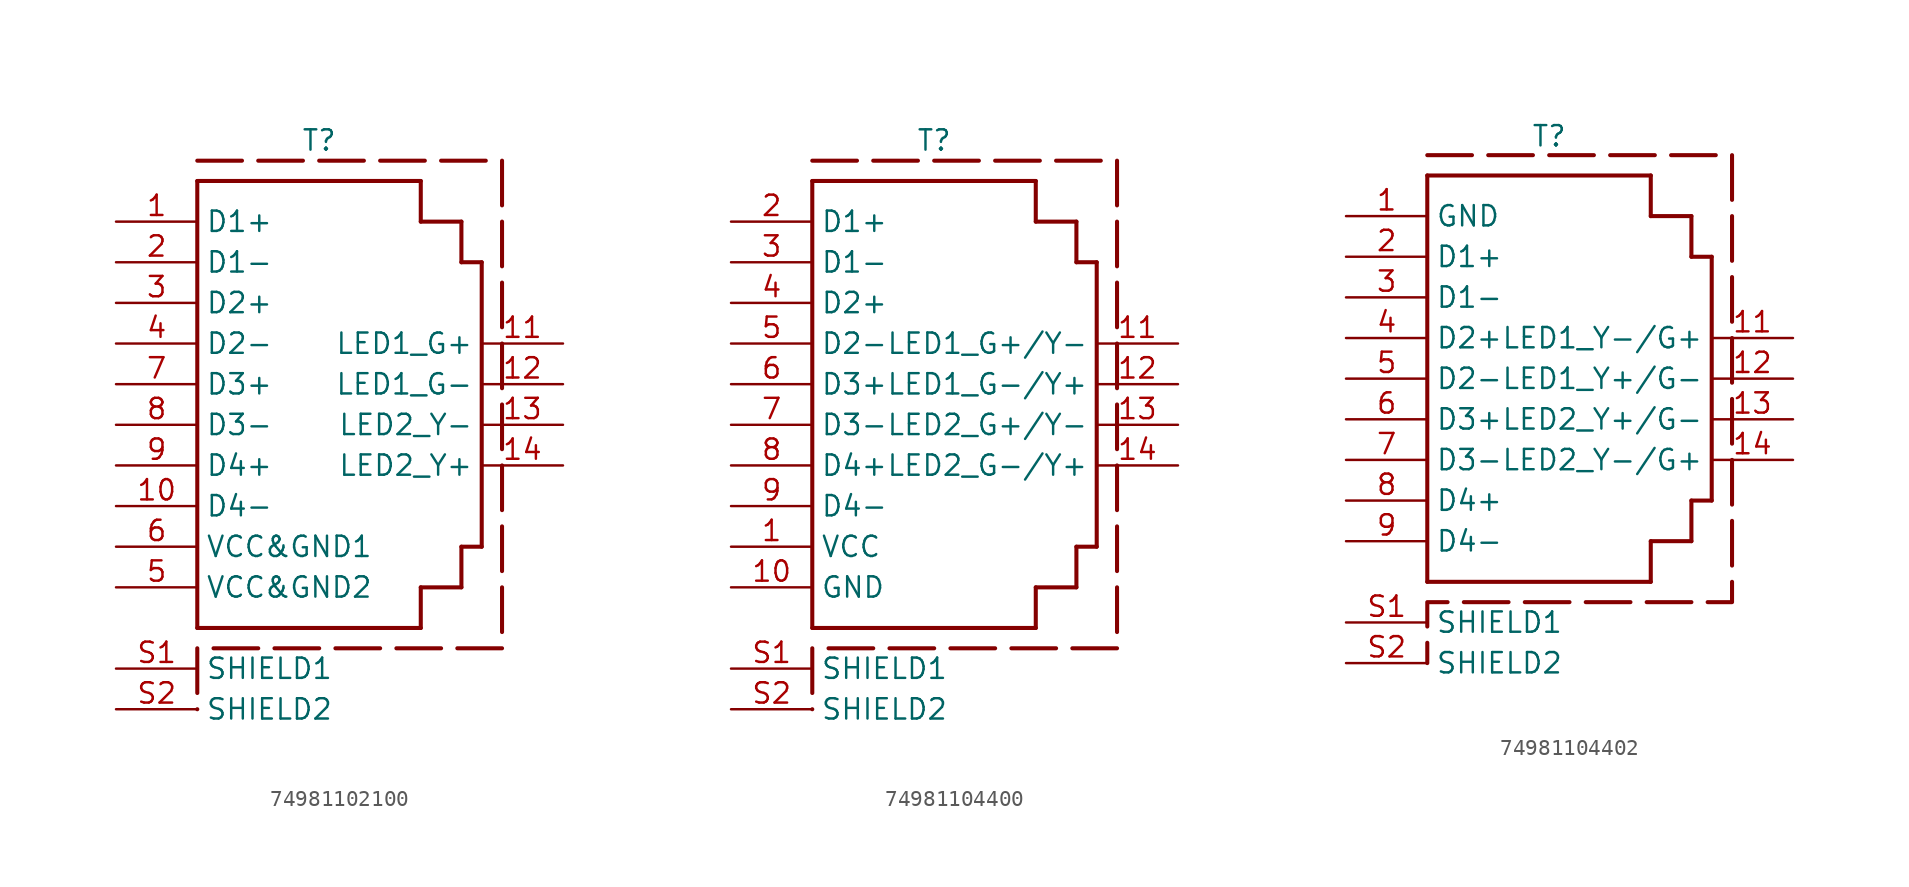
<source format=kicad_sym>
(kicad_symbol_lib
  (version 20220914)
  (generator kicad_symbol_editor)
  (symbol "74981102100"
    (property "Reference" "T"
      (at 0 17.78 0)
      (effects (font (size 1.27 1.27))))
    (property "Critical Parameter" ""
      (at 0 -5.08 0)
      (effects (font (size 1.27 1.27)) (justify left)))
    (symbol "74981102100_0_0"
      (polyline (pts (xy -7.62 -12.7) (xy -7.62 15.24)) (stroke (width 0.254) (type default)) (fill (type none)))
      (polyline (pts (xy -7.62 15.24) (xy 6.35 15.24)) (stroke (width 0.254) (type default)) (fill (type none)))
      (polyline (pts (xy 6.35 -12.7) (xy -7.62 -12.7)) (stroke (width 0.254) (type default)) (fill (type none)))
      (polyline (pts (xy 6.35 -12.7) (xy 6.35 -10.16)) (stroke (width 0.254) (type default)) (fill (type none)))
      (polyline (pts (xy 6.35 -10.16) (xy 8.89 -10.16)) (stroke (width 0.254) (type default)) (fill (type none)))
      (polyline (pts (xy 6.35 12.7) (xy 8.89 12.7)) (stroke (width 0.254) (type default)) (fill (type none)))
      (polyline (pts (xy 6.35 15.24) (xy 6.35 12.7)) (stroke (width 0.254) (type default)) (fill (type none)))
      (polyline (pts (xy 8.89 -10.16) (xy 8.89 -7.62)) (stroke (width 0.254) (type default)) (fill (type none)))
      (polyline (pts (xy 8.89 -7.62) (xy 10.16 -7.62)) (stroke (width 0.254) (type default)) (fill (type none)))
      (polyline (pts (xy 8.89 10.16) (xy 10.16 10.16)) (stroke (width 0.254) (type default)) (fill (type none)))
      (polyline (pts (xy 8.89 12.7) (xy 8.89 10.16)) (stroke (width 0.254) (type default)) (fill (type none)))
      (polyline (pts (xy 10.16 10.16) (xy 10.16 -7.62)) (stroke (width 0.254) (type default)) (fill (type none)))
      (pin passive line (at -12.7 12.7 0) (length 5.08) (name "D1+" (effects (font (size 1.27 1.27)))) (number "1" (effects (font (size 1.27 1.27)))))
      (pin passive line (at -12.7 -5.08 0) (length 5.08) (name "D4-" (effects (font (size 1.27 1.27)))) (number "10" (effects (font (size 1.27 1.27)))))
      (pin passive line (at -12.7 10.16 0) (length 5.08) (name "D1-" (effects (font (size 1.27 1.27)))) (number "2" (effects (font (size 1.27 1.27)))))
      (pin passive line (at -12.7 7.62 0) (length 5.08) (name "D2+" (effects (font (size 1.27 1.27)))) (number "3" (effects (font (size 1.27 1.27)))))
      (pin passive line (at -12.7 5.08 0) (length 5.08) (name "D2-" (effects (font (size 1.27 1.27)))) (number "4" (effects (font (size 1.27 1.27)))))
      (pin passive line (at -12.7 2.54 0) (length 5.08) (name "D3+" (effects (font (size 1.27 1.27)))) (number "7" (effects (font (size 1.27 1.27)))))
      (pin passive line (at -12.7 0 0) (length 5.08) (name "D3-" (effects (font (size 1.27 1.27)))) (number "8" (effects (font (size 1.27 1.27)))))
      (pin passive line (at -12.7 -2.54 0) (length 5.08) (name "D4+" (effects (font (size 1.27 1.27)))) (number "9" (effects (font (size 1.27 1.27)))))
      (pin passive line (at -12.7 -15.24 0) (length 5.08) (name "SHIELD1" (effects (font (size 1.27 1.27)))) (number "S1" (effects (font (size 1.27 1.27)))))
      (pin passive line (at -12.7 -17.78 0) (length 5.08) (name "SHIELD2" (effects (font (size 1.27 1.27)))) (number "S2" (effects (font (size 1.27 1.27))))))
    (symbol "74981102100_1_0"
      (pin passive line (at 15.24 5.08 180) (length 5.08) (name "LED1_G+" (effects (font (size 1.27 1.27)))) (number "11" (effects (font (size 1.27 1.27)))))
      (pin passive line (at 15.24 2.54 180) (length 5.08) (name "LED1_G-" (effects (font (size 1.27 1.27)))) (number "12" (effects (font (size 1.27 1.27)))))
      (pin passive line (at 15.24 0 180) (length 5.08) (name "LED2_Y-" (effects (font (size 1.27 1.27)))) (number "13" (effects (font (size 1.27 1.27)))))
      (pin passive line (at 15.24 -2.54 180) (length 5.08) (name "LED2_Y+" (effects (font (size 1.27 1.27)))) (number "14" (effects (font (size 1.27 1.27)))))
      (pin passive line (at -12.7 -10.16 0) (length 5.08) (name "VCC&GND2" (effects (font (size 1.27 1.27)))) (number "5" (effects (font (size 1.27 1.27)))))
      (pin passive line (at -12.7 -7.62 0) (length 5.08) (name "VCC&GND1" (effects (font (size 1.27 1.27)))) (number "6" (effects (font (size 1.27 1.27))))))
    (symbol "74981102100_1_1"
      (polyline (pts (xy -7.62 16.51) (xy 11.43 16.51) (xy 11.43 -13.97) (xy -7.62 -13.97) (xy -7.62 -17.78)) (stroke (width 0.254) (type dash)) (fill (type none)))))
  (symbol "74981104400"
    (property "Reference" "T"
      (at 0 17.78 0)
      (effects (font (size 1.27 1.27))))
    (property "Critical Parameter" ""
      (at 0 -5.08 0)
      (effects (font (size 1.27 1.27)) (justify left)))
    (symbol "74981104400_0_0"
      (polyline (pts (xy -7.62 -12.7) (xy -7.62 15.24)) (stroke (width 0.254) (type default)) (fill (type none)))
      (polyline (pts (xy -7.62 15.24) (xy 6.35 15.24)) (stroke (width 0.254) (type default)) (fill (type none)))
      (polyline (pts (xy 6.35 -12.7) (xy -7.62 -12.7)) (stroke (width 0.254) (type default)) (fill (type none)))
      (polyline (pts (xy 6.35 -12.7) (xy 6.35 -10.16)) (stroke (width 0.254) (type default)) (fill (type none)))
      (polyline (pts (xy 6.35 -10.16) (xy 8.89 -10.16)) (stroke (width 0.254) (type default)) (fill (type none)))
      (polyline (pts (xy 6.35 12.7) (xy 8.89 12.7)) (stroke (width 0.254) (type default)) (fill (type none)))
      (polyline (pts (xy 6.35 15.24) (xy 6.35 12.7)) (stroke (width 0.254) (type default)) (fill (type none)))
      (polyline (pts (xy 8.89 -10.16) (xy 8.89 -7.62)) (stroke (width 0.254) (type default)) (fill (type none)))
      (polyline (pts (xy 8.89 -7.62) (xy 10.16 -7.62)) (stroke (width 0.254) (type default)) (fill (type none)))
      (polyline (pts (xy 8.89 10.16) (xy 10.16 10.16)) (stroke (width 0.254) (type default)) (fill (type none)))
      (polyline (pts (xy 8.89 12.7) (xy 8.89 10.16)) (stroke (width 0.254) (type default)) (fill (type none)))
      (polyline (pts (xy 10.16 10.16) (xy 10.16 -7.62)) (stroke (width 0.254) (type default)) (fill (type none)))
      (pin passive line (at -12.7 -7.62 0) (length 5.08) (name "VCC" (effects (font (size 1.27 1.27)))) (number "1" (effects (font (size 1.27 1.27)))))
      (pin passive line (at -12.7 -10.16 0) (length 5.08) (name "GND" (effects (font (size 1.27 1.27)))) (number "10" (effects (font (size 1.27 1.27)))))
      (pin passive line (at -12.7 12.7 0) (length 5.08) (name "D1+" (effects (font (size 1.27 1.27)))) (number "2" (effects (font (size 1.27 1.27)))))
      (pin passive line (at -12.7 10.16 0) (length 5.08) (name "D1-" (effects (font (size 1.27 1.27)))) (number "3" (effects (font (size 1.27 1.27)))))
      (pin passive line (at -12.7 7.62 0) (length 5.08) (name "D2+" (effects (font (size 1.27 1.27)))) (number "4" (effects (font (size 1.27 1.27)))))
      (pin passive line (at -12.7 5.08 0) (length 5.08) (name "D2-" (effects (font (size 1.27 1.27)))) (number "5" (effects (font (size 1.27 1.27)))))
      (pin passive line (at -12.7 2.54 0) (length 5.08) (name "D3+" (effects (font (size 1.27 1.27)))) (number "6" (effects (font (size 1.27 1.27)))))
      (pin passive line (at -12.7 0 0) (length 5.08) (name "D3-" (effects (font (size 1.27 1.27)))) (number "7" (effects (font (size 1.27 1.27)))))
      (pin passive line (at -12.7 -2.54 0) (length 5.08) (name "D4+" (effects (font (size 1.27 1.27)))) (number "8" (effects (font (size 1.27 1.27)))))
      (pin passive line (at -12.7 -5.08 0) (length 5.08) (name "D4-" (effects (font (size 1.27 1.27)))) (number "9" (effects (font (size 1.27 1.27)))))
      (pin passive line (at -12.7 -15.24 0) (length 5.08) (name "SHIELD1" (effects (font (size 1.27 1.27)))) (number "S1" (effects (font (size 1.27 1.27)))))
      (pin passive line (at -12.7 -17.78 0) (length 5.08) (name "SHIELD2" (effects (font (size 1.27 1.27)))) (number "S2" (effects (font (size 1.27 1.27))))))
    (symbol "74981104400_1_0"
      (pin passive line (at 15.24 5.08 180) (length 5.08) (name "LED1_G+/Y-" (effects (font (size 1.27 1.27)))) (number "11" (effects (font (size 1.27 1.27)))))
      (pin passive line (at 15.24 2.54 180) (length 5.08) (name "LED1_G-/Y+" (effects (font (size 1.27 1.27)))) (number "12" (effects (font (size 1.27 1.27)))))
      (pin passive line (at 15.24 0 180) (length 5.08) (name "LED2_G+/Y-" (effects (font (size 1.27 1.27)))) (number "13" (effects (font (size 1.27 1.27)))))
      (pin passive line (at 15.24 -2.54 180) (length 5.08) (name "LED2_G-/Y+" (effects (font (size 1.27 1.27)))) (number "14" (effects (font (size 1.27 1.27))))))
    (symbol "74981104400_1_1"
      (polyline (pts (xy -7.62 16.51) (xy 11.43 16.51) (xy 11.43 -13.97) (xy -7.62 -13.97) (xy -7.62 -17.78)) (stroke (width 0.254) (type dash)) (fill (type none)))))
  (symbol "74981104402"
    (property "Reference" "T"
      (at 0 15.16 0)
      (effects (font (size 1.27 1.27))))
    (property "Critical Parameter" ""
      (at 0 -5.08 0)
      (effects (font (size 1.27 1.27)) (justify left)))
    (symbol "74981104402_0_0"
      (polyline (pts (xy -7.62 -12.7) (xy -7.62 12.7)) (stroke (width 0.254) (type default)) (fill (type none)))
      (polyline (pts (xy -7.62 12.7) (xy 6.35 12.7)) (stroke (width 0.254) (type default)) (fill (type none)))
      (polyline (pts (xy 6.35 -12.7) (xy -7.62 -12.7)) (stroke (width 0.254) (type default)) (fill (type none)))
      (polyline (pts (xy 6.35 -12.7) (xy 6.35 -10.16)) (stroke (width 0.254) (type default)) (fill (type none)))
      (polyline (pts (xy 6.35 -10.16) (xy 8.89 -10.16)) (stroke (width 0.254) (type default)) (fill (type none)))
      (polyline (pts (xy 6.35 10.16) (xy 8.89 10.16)) (stroke (width 0.254) (type default)) (fill (type none)))
      (polyline (pts (xy 6.35 12.7) (xy 6.35 10.16)) (stroke (width 0.254) (type default)) (fill (type none)))
      (polyline (pts (xy 8.89 -10.16) (xy 8.89 -7.62)) (stroke (width 0.254) (type default)) (fill (type none)))
      (polyline (pts (xy 8.89 -7.62) (xy 10.16 -7.62)) (stroke (width 0.254) (type default)) (fill (type none)))
      (polyline (pts (xy 8.89 7.62) (xy 10.16 7.62)) (stroke (width 0.254) (type default)) (fill (type none)))
      (polyline (pts (xy 8.89 10.16) (xy 8.89 7.62)) (stroke (width 0.254) (type default)) (fill (type none)))
      (polyline (pts (xy 10.16 7.62) (xy 10.16 -7.62)) (stroke (width 0.254) (type default)) (fill (type none)))
      (pin passive line (at -12.7 10.16 0) (length 5.08) (name "GND" (effects (font (size 1.27 1.27)))) (number "1" (effects (font (size 1.27 1.27)))))
      (pin passive line (at -12.7 7.62 0) (length 5.08) (name "D1+" (effects (font (size 1.27 1.27)))) (number "2" (effects (font (size 1.27 1.27)))))
      (pin passive line (at -12.7 5.08 0) (length 5.08) (name "D1-" (effects (font (size 1.27 1.27)))) (number "3" (effects (font (size 1.27 1.27)))))
      (pin passive line (at -12.7 2.54 0) (length 5.08) (name "D2+" (effects (font (size 1.27 1.27)))) (number "4" (effects (font (size 1.27 1.27)))))
      (pin passive line (at -12.7 0 0) (length 5.08) (name "D2-" (effects (font (size 1.27 1.27)))) (number "5" (effects (font (size 1.27 1.27)))))
      (pin passive line (at -12.7 -2.54 0) (length 5.08) (name "D3+" (effects (font (size 1.27 1.27)))) (number "6" (effects (font (size 1.27 1.27)))))
      (pin passive line (at -12.7 -5.08 0) (length 5.08) (name "D3-" (effects (font (size 1.27 1.27)))) (number "7" (effects (font (size 1.27 1.27)))))
      (pin passive line (at -12.7 -7.62 0) (length 5.08) (name "D4+" (effects (font (size 1.27 1.27)))) (number "8" (effects (font (size 1.27 1.27)))))
      (pin passive line (at -12.7 -10.16 0) (length 5.08) (name "D4-" (effects (font (size 1.27 1.27)))) (number "9" (effects (font (size 1.27 1.27)))))
      (pin passive line (at -12.7 -15.24 0) (length 5.08) (name "SHIELD1" (effects (font (size 1.27 1.27)))) (number "S1" (effects (font (size 1.27 1.27)))))
      (pin passive line (at -12.7 -17.78 0) (length 5.08) (name "SHIELD2" (effects (font (size 1.27 1.27)))) (number "S2" (effects (font (size 1.27 1.27))))))
    (symbol "74981104402_1_0"
      (pin passive line (at 15.24 2.54 180) (length 5.08) (name "LED1_Y-/G+" (effects (font (size 1.27 1.27)))) (number "11" (effects (font (size 1.27 1.27)))))
      (pin passive line (at 15.24 0 180) (length 5.08) (name "LED1_Y+/G-" (effects (font (size 1.27 1.27)))) (number "12" (effects (font (size 1.27 1.27)))))
      (pin passive line (at 15.24 -2.54 180) (length 5.08) (name "LED2_Y+/G-" (effects (font (size 1.27 1.27)))) (number "13" (effects (font (size 1.27 1.27)))))
      (pin passive line (at 15.24 -5.08 180) (length 5.08) (name "LED2_Y-/G+" (effects (font (size 1.27 1.27)))) (number "14" (effects (font (size 1.27 1.27))))))
    (symbol "74981104402_1_1"
      (polyline (pts (xy -7.62 13.97) (xy 11.43 13.97) (xy 11.43 -13.97) (xy -7.62 -13.97) (xy -7.62 -17.78)) (stroke (width 0.254) (type dash)) (fill (type none))))))
</source>
